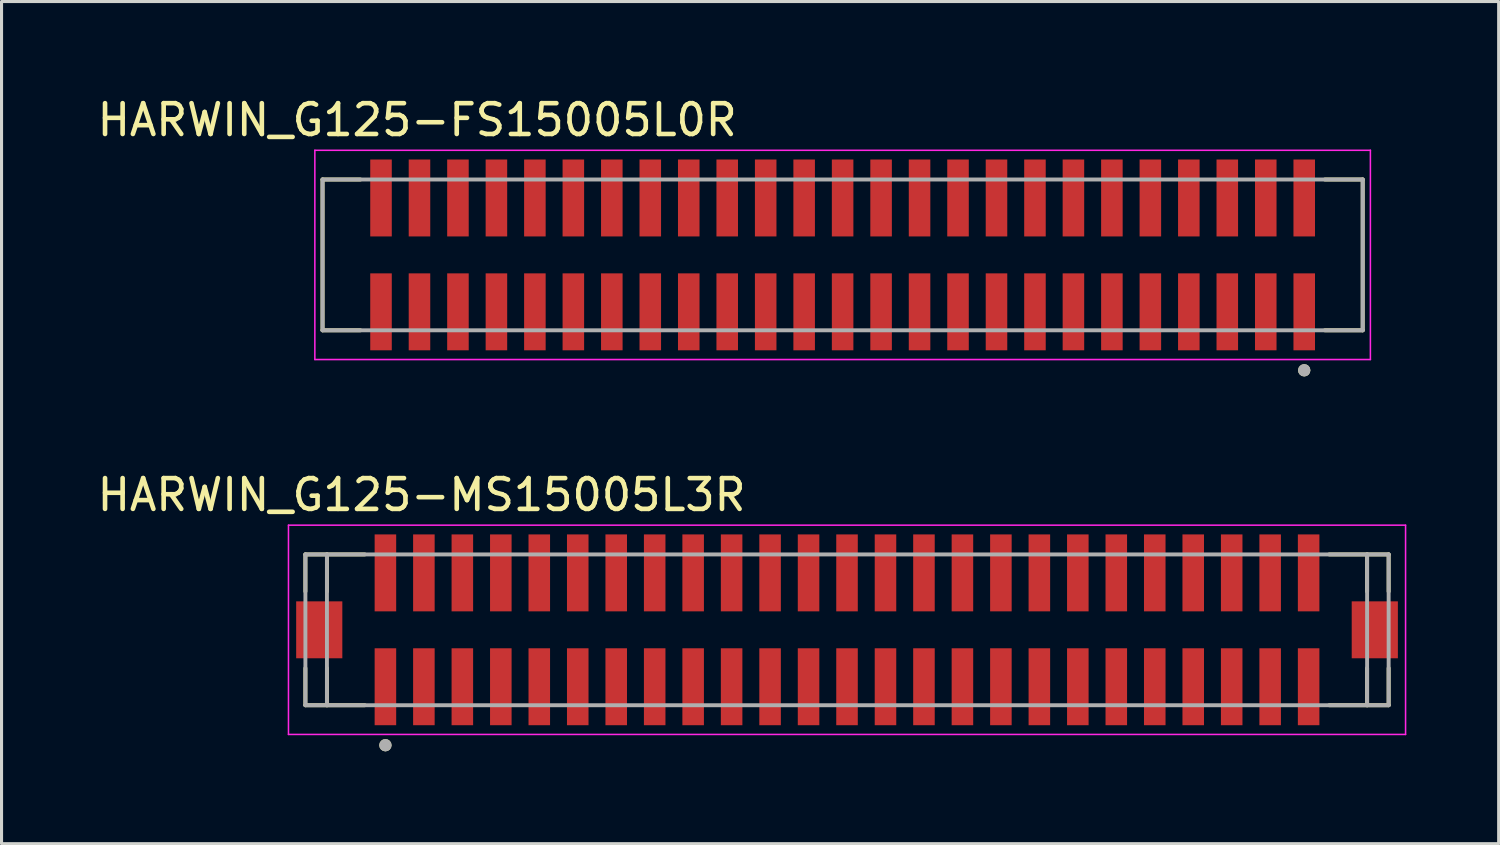
<source format=kicad_pcb>
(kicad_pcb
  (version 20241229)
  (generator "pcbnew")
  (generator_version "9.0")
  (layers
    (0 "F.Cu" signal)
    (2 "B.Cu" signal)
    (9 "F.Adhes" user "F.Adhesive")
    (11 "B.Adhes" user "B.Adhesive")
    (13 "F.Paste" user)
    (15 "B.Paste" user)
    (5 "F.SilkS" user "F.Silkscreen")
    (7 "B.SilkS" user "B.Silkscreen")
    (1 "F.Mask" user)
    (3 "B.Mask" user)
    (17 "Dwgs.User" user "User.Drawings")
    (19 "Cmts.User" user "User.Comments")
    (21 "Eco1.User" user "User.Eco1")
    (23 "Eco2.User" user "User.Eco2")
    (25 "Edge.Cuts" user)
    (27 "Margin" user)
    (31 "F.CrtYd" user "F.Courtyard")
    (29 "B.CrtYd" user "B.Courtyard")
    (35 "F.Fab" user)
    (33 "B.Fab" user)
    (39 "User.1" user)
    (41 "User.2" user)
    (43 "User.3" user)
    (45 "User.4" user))
  (footprint "HARWIN_G125-MS15005L3R"
    (layer "F.Cu")
    (at 24.474 17.416)
    (property "Reference" "HARWIN_G125-MS15005L3R" (at -13.825 -4.385 0) (layer "F.SilkS") (effects (font (size 1 1) (thickness 0.15))))
    (attr smd)
    (fp_line (start -17.6 -2.45) (end -16.9 -2.45) (stroke (width 0.127) (type solid)) (layer "F.SilkS"))
    (fp_line (start -17.6 -1.245) (end -17.6 -2.45) (stroke (width 0.127) (type solid)) (layer "F.SilkS"))
    (fp_line (start -17.6 2.45) (end -17.6 1.245) (stroke (width 0.127) (type solid)) (layer "F.SilkS"))
    (fp_line (start -16.9 -2.45) (end -15.67 -2.45) (stroke (width 0.127) (type solid)) (layer "F.SilkS"))
    (fp_line (start -16.9 -1.245) (end -16.9 -2.45) (stroke (width 0.127) (type solid)) (layer "F.SilkS"))
    (fp_line (start -16.9 2.45) (end -17.6 2.45) (stroke (width 0.127) (type solid)) (layer "F.SilkS"))
    (fp_line (start -16.9 2.45) (end -16.9 1.245) (stroke (width 0.127) (type solid)) (layer "F.SilkS"))
    (fp_line (start -15.67 2.45) (end -16.9 2.45) (stroke (width 0.127) (type solid)) (layer "F.SilkS"))
    (fp_line (start 15.67 -2.45) (end 16.9 -2.45) (stroke (width 0.127) (type solid)) (layer "F.SilkS"))
    (fp_line (start 16.9 -2.45) (end 16.9 -1.245) (stroke (width 0.127) (type solid)) (layer "F.SilkS"))
    (fp_line (start 16.9 -2.45) (end 17.6 -2.45) (stroke (width 0.127) (type solid)) (layer "F.SilkS"))
    (fp_line (start 16.9 2.45) (end 15.67 2.45) (stroke (width 0.127) (type solid)) (layer "F.SilkS"))
    (fp_line (start 16.9 2.45) (end 16.9 1.245) (stroke (width 0.127) (type solid)) (layer "F.SilkS"))
    (fp_line (start 17.6 -2.45) (end 17.6 -1.245) (stroke (width 0.127) (type solid)) (layer "F.SilkS"))
    (fp_line (start 17.6 2.45) (end 16.9 2.45) (stroke (width 0.127) (type solid)) (layer "F.SilkS"))
    (fp_line (start 17.6 2.45) (end 17.6 1.245) (stroke (width 0.127) (type solid)) (layer "F.SilkS"))
    (fp_circle (center -15 3.75) (end -14.9 3.75) (stroke (width 0.2) (type solid)) (fill no) (layer "F.SilkS"))
    (fp_line (start -18.15 -3.4) (end 18.15 -3.4) (stroke (width 0.05) (type solid)) (layer "F.CrtYd"))
    (fp_line (start -18.15 3.4) (end -18.15 -3.4) (stroke (width 0.05) (type solid)) (layer "F.CrtYd"))
    (fp_line (start 18.15 -3.4) (end 18.15 3.4) (stroke (width 0.05) (type solid)) (layer "F.CrtYd"))
    (fp_line (start 18.15 3.4) (end -18.15 3.4) (stroke (width 0.05) (type solid)) (layer "F.CrtYd"))
    (fp_line (start -17.6 -2.45) (end -16.9 -2.45) (stroke (width 0.127) (type solid)) (layer "F.Fab"))
    (fp_line (start -17.6 2.45) (end -17.6 -2.45) (stroke (width 0.127) (type solid)) (layer "F.Fab"))
    (fp_line (start -16.9 -2.45) (end 16.9 -2.45) (stroke (width 0.127) (type solid)) (layer "F.Fab"))
    (fp_line (start -16.9 2.45) (end -17.6 2.45) (stroke (width 0.127) (type solid)) (layer "F.Fab"))
    (fp_line (start -16.9 2.45) (end -16.9 -2.45) (stroke (width 0.127) (type solid)) (layer "F.Fab"))
    (fp_line (start 16.9 -2.45) (end 16.9 2.45) (stroke (width 0.127) (type solid)) (layer "F.Fab"))
    (fp_line (start 16.9 -2.45) (end 17.6 -2.45) (stroke (width 0.127) (type solid)) (layer "F.Fab"))
    (fp_line (start 16.9 2.45) (end -16.9 2.45) (stroke (width 0.127) (type solid)) (layer "F.Fab"))
    (fp_line (start 17.6 -2.45) (end 17.6 2.45) (stroke (width 0.127) (type solid)) (layer "F.Fab"))
    (fp_line (start 17.6 2.45) (end 16.9 2.45) (stroke (width 0.127) (type solid)) (layer "F.Fab"))
    (fp_circle (center -15 3.75) (end -14.9 3.75) (stroke (width 0.2) (type solid)) (fill no) (layer "F.Fab"))
    (pad "1" smd rect (at -15 1.85) (size 0.7 2.5) (layers "F.Cu" "F.Mask" "F.Paste"))
    (pad "2" smd rect (at -13.75 1.85) (size 0.7 2.5) (layers "F.Cu" "F.Mask" "F.Paste"))
    (pad "3" smd rect (at -12.5 1.85) (size 0.7 2.5) (layers "F.Cu" "F.Mask" "F.Paste"))
    (pad "4" smd rect (at -11.25 1.85) (size 0.7 2.5) (layers "F.Cu" "F.Mask" "F.Paste"))
    (pad "5" smd rect (at -10 1.85) (size 0.7 2.5) (layers "F.Cu" "F.Mask" "F.Paste"))
    (pad "6" smd rect (at -8.75 1.85) (size 0.7 2.5) (layers "F.Cu" "F.Mask" "F.Paste"))
    (pad "7" smd rect (at -7.5 1.85) (size 0.7 2.5) (layers "F.Cu" "F.Mask" "F.Paste"))
    (pad "8" smd rect (at -6.25 1.85) (size 0.7 2.5) (layers "F.Cu" "F.Mask" "F.Paste"))
    (pad "9" smd rect (at -5 1.85) (size 0.7 2.5) (layers "F.Cu" "F.Mask" "F.Paste"))
    (pad "10" smd rect (at -3.75 1.85) (size 0.7 2.5) (layers "F.Cu" "F.Mask" "F.Paste"))
    (pad "11" smd rect (at -2.5 1.85) (size 0.7 2.5) (layers "F.Cu" "F.Mask" "F.Paste"))
    (pad "12" smd rect (at -1.25 1.85) (size 0.7 2.5) (layers "F.Cu" "F.Mask" "F.Paste"))
    (pad "13" smd rect (at 0 1.85) (size 0.7 2.5) (layers "F.Cu" "F.Mask" "F.Paste"))
    (pad "14" smd rect (at 1.25 1.85) (size 0.7 2.5) (layers "F.Cu" "F.Mask" "F.Paste"))
    (pad "15" smd rect (at 2.5 1.85) (size 0.7 2.5) (layers "F.Cu" "F.Mask" "F.Paste"))
    (pad "16" smd rect (at 3.75 1.85) (size 0.7 2.5) (layers "F.Cu" "F.Mask" "F.Paste"))
    (pad "17" smd rect (at 5 1.85) (size 0.7 2.5) (layers "F.Cu" "F.Mask" "F.Paste"))
    (pad "18" smd rect (at 6.25 1.85) (size 0.7 2.5) (layers "F.Cu" "F.Mask" "F.Paste"))
    (pad "19" smd rect (at 7.5 1.85) (size 0.7 2.5) (layers "F.Cu" "F.Mask" "F.Paste"))
    (pad "20" smd rect (at 8.75 1.85) (size 0.7 2.5) (layers "F.Cu" "F.Mask" "F.Paste"))
    (pad "21" smd rect (at 10 1.85) (size 0.7 2.5) (layers "F.Cu" "F.Mask" "F.Paste"))
    (pad "22" smd rect (at 11.25 1.85) (size 0.7 2.5) (layers "F.Cu" "F.Mask" "F.Paste"))
    (pad "23" smd rect (at 12.5 1.85) (size 0.7 2.5) (layers "F.Cu" "F.Mask" "F.Paste"))
    (pad "24" smd rect (at 13.75 1.85) (size 0.7 2.5) (layers "F.Cu" "F.Mask" "F.Paste"))
    (pad "25" smd rect (at 15 1.85) (size 0.7 2.5) (layers "F.Cu" "F.Mask" "F.Paste"))
    (pad "26" smd rect (at -15 -1.85) (size 0.7 2.5) (layers "F.Cu" "F.Mask" "F.Paste"))
    (pad "27" smd rect (at -13.75 -1.85) (size 0.7 2.5) (layers "F.Cu" "F.Mask" "F.Paste"))
    (pad "28" smd rect (at -12.5 -1.85) (size 0.7 2.5) (layers "F.Cu" "F.Mask" "F.Paste"))
    (pad "29" smd rect (at -11.25 -1.85) (size 0.7 2.5) (layers "F.Cu" "F.Mask" "F.Paste"))
    (pad "30" smd rect (at -10 -1.85) (size 0.7 2.5) (layers "F.Cu" "F.Mask" "F.Paste"))
    (pad "31" smd rect (at -8.75 -1.85) (size 0.7 2.5) (layers "F.Cu" "F.Mask" "F.Paste"))
    (pad "32" smd rect (at -7.5 -1.85) (size 0.7 2.5) (layers "F.Cu" "F.Mask" "F.Paste"))
    (pad "33" smd rect (at -6.25 -1.85) (size 0.7 2.5) (layers "F.Cu" "F.Mask" "F.Paste"))
    (pad "34" smd rect (at -5 -1.85) (size 0.7 2.5) (layers "F.Cu" "F.Mask" "F.Paste"))
    (pad "35" smd rect (at -3.75 -1.85) (size 0.7 2.5) (layers "F.Cu" "F.Mask" "F.Paste"))
    (pad "36" smd rect (at -2.5 -1.85) (size 0.7 2.5) (layers "F.Cu" "F.Mask" "F.Paste"))
    (pad "37" smd rect (at -1.25 -1.85) (size 0.7 2.5) (layers "F.Cu" "F.Mask" "F.Paste"))
    (pad "38" smd rect (at 0 -1.85) (size 0.7 2.5) (layers "F.Cu" "F.Mask" "F.Paste"))
    (pad "39" smd rect (at 1.25 -1.85) (size 0.7 2.5) (layers "F.Cu" "F.Mask" "F.Paste"))
    (pad "40" smd rect (at 2.5 -1.85) (size 0.7 2.5) (layers "F.Cu" "F.Mask" "F.Paste"))
    (pad "41" smd rect (at 3.75 -1.85) (size 0.7 2.5) (layers "F.Cu" "F.Mask" "F.Paste"))
    (pad "42" smd rect (at 5 -1.85) (size 0.7 2.5) (layers "F.Cu" "F.Mask" "F.Paste"))
    (pad "43" smd rect (at 6.25 -1.85) (size 0.7 2.5) (layers "F.Cu" "F.Mask" "F.Paste"))
    (pad "44" smd rect (at 7.5 -1.85) (size 0.7 2.5) (layers "F.Cu" "F.Mask" "F.Paste"))
    (pad "45" smd rect (at 8.75 -1.85) (size 0.7 2.5) (layers "F.Cu" "F.Mask" "F.Paste"))
    (pad "46" smd rect (at 10 -1.85) (size 0.7 2.5) (layers "F.Cu" "F.Mask" "F.Paste"))
    (pad "47" smd rect (at 11.25 -1.85) (size 0.7 2.5) (layers "F.Cu" "F.Mask" "F.Paste"))
    (pad "48" smd rect (at 12.5 -1.85) (size 0.7 2.5) (layers "F.Cu" "F.Mask" "F.Paste"))
    (pad "49" smd rect (at 13.75 -1.85) (size 0.7 2.5) (layers "F.Cu" "F.Mask" "F.Paste"))
    (pad "50" smd rect (at 15 -1.85) (size 0.7 2.5) (layers "F.Cu" "F.Mask" "F.Paste"))
    (pad "SH1" smd rect (at -17.15 0) (size 1.5 1.85) (layers "F.Cu" "F.Mask" "F.Paste"))
    (pad "SH2" smd rect (at 17.15 0) (size 1.5 1.85) (layers "F.Cu" "F.Mask" "F.Paste")))
  (footprint "HARWIN_G125-FS15005L0R"
    (layer "F.Cu")
    (at 24.331 5.233)
    (property "Reference" "HARWIN_G125-FS15005L0R" (at -13.825 -4.385 0) (layer "F.SilkS") (effects (font (size 1 1) (thickness 0.15))))
    (attr smd)
    (fp_line (start -16.9 -2.45) (end -16.9 2.45) (stroke (width 0.127) (type solid)) (layer "F.SilkS"))
    (fp_line (start -16.9 -2.45) (end -15.67 -2.45) (stroke (width 0.127) (type solid)) (layer "F.SilkS"))
    (fp_line (start -15.67 2.45) (end -16.9 2.45) (stroke (width 0.127) (type solid)) (layer "F.SilkS"))
    (fp_line (start 15.67 -2.45) (end 16.9 -2.45) (stroke (width 0.127) (type solid)) (layer "F.SilkS"))
    (fp_line (start 16.9 -2.45) (end 16.9 2.45) (stroke (width 0.127) (type solid)) (layer "F.SilkS"))
    (fp_line (start 16.9 2.45) (end 15.67 2.45) (stroke (width 0.127) (type solid)) (layer "F.SilkS"))
    (fp_circle (center 15 3.75) (end 15.1 3.75) (stroke (width 0.2) (type solid)) (fill no) (layer "F.SilkS"))
    (fp_line (start -17.15 -3.4) (end -17.15 3.4) (stroke (width 0.05) (type solid)) (layer "F.CrtYd"))
    (fp_line (start -17.15 3.4) (end 17.15 3.4) (stroke (width 0.05) (type solid)) (layer "F.CrtYd"))
    (fp_line (start 17.15 -3.4) (end -17.15 -3.4) (stroke (width 0.05) (type solid)) (layer "F.CrtYd"))
    (fp_line (start 17.15 3.4) (end 17.15 -3.4) (stroke (width 0.05) (type solid)) (layer "F.CrtYd"))
    (fp_line (start -16.9 -2.45) (end -16.9 2.45) (stroke (width 0.127) (type solid)) (layer "F.Fab"))
    (fp_line (start -16.9 -2.45) (end 16.9 -2.45) (stroke (width 0.127) (type solid)) (layer "F.Fab"))
    (fp_line (start 16.9 -2.45) (end 16.9 2.45) (stroke (width 0.127) (type solid)) (layer "F.Fab"))
    (fp_line (start 16.9 2.45) (end -16.9 2.45) (stroke (width 0.127) (type solid)) (layer "F.Fab"))
    (fp_circle (center 15 3.75) (end 15.1 3.75) (stroke (width 0.2) (type solid)) (fill no) (layer "F.Fab"))
    (pad "1" smd rect (at 15 1.85) (size 0.7 2.5) (layers "F.Cu" "F.Mask" "F.Paste"))
    (pad "2" smd rect (at 13.75 1.85) (size 0.7 2.5) (layers "F.Cu" "F.Mask" "F.Paste"))
    (pad "3" smd rect (at 12.5 1.85) (size 0.7 2.5) (layers "F.Cu" "F.Mask" "F.Paste"))
    (pad "4" smd rect (at 11.25 1.85) (size 0.7 2.5) (layers "F.Cu" "F.Mask" "F.Paste"))
    (pad "5" smd rect (at 10 1.85) (size 0.7 2.5) (layers "F.Cu" "F.Mask" "F.Paste"))
    (pad "6" smd rect (at 8.75 1.85) (size 0.7 2.5) (layers "F.Cu" "F.Mask" "F.Paste"))
    (pad "7" smd rect (at 7.5 1.85) (size 0.7 2.5) (layers "F.Cu" "F.Mask" "F.Paste"))
    (pad "8" smd rect (at 6.25 1.85) (size 0.7 2.5) (layers "F.Cu" "F.Mask" "F.Paste"))
    (pad "9" smd rect (at 5 1.85) (size 0.7 2.5) (layers "F.Cu" "F.Mask" "F.Paste"))
    (pad "10" smd rect (at 3.75 1.85) (size 0.7 2.5) (layers "F.Cu" "F.Mask" "F.Paste"))
    (pad "11" smd rect (at 2.5 1.85) (size 0.7 2.5) (layers "F.Cu" "F.Mask" "F.Paste"))
    (pad "12" smd rect (at 1.25 1.85) (size 0.7 2.5) (layers "F.Cu" "F.Mask" "F.Paste"))
    (pad "13" smd rect (at 0 1.85) (size 0.7 2.5) (layers "F.Cu" "F.Mask" "F.Paste"))
    (pad "14" smd rect (at -1.25 1.85) (size 0.7 2.5) (layers "F.Cu" "F.Mask" "F.Paste"))
    (pad "15" smd rect (at -2.5 1.85) (size 0.7 2.5) (layers "F.Cu" "F.Mask" "F.Paste"))
    (pad "16" smd rect (at -3.75 1.85) (size 0.7 2.5) (layers "F.Cu" "F.Mask" "F.Paste"))
    (pad "17" smd rect (at -5 1.85) (size 0.7 2.5) (layers "F.Cu" "F.Mask" "F.Paste"))
    (pad "18" smd rect (at -6.25 1.85) (size 0.7 2.5) (layers "F.Cu" "F.Mask" "F.Paste"))
    (pad "19" smd rect (at -7.5 1.85) (size 0.7 2.5) (layers "F.Cu" "F.Mask" "F.Paste"))
    (pad "20" smd rect (at -8.75 1.85) (size 0.7 2.5) (layers "F.Cu" "F.Mask" "F.Paste"))
    (pad "21" smd rect (at -10 1.85) (size 0.7 2.5) (layers "F.Cu" "F.Mask" "F.Paste"))
    (pad "22" smd rect (at -11.25 1.85) (size 0.7 2.5) (layers "F.Cu" "F.Mask" "F.Paste"))
    (pad "23" smd rect (at -12.5 1.85) (size 0.7 2.5) (layers "F.Cu" "F.Mask" "F.Paste"))
    (pad "24" smd rect (at -13.75 1.85) (size 0.7 2.5) (layers "F.Cu" "F.Mask" "F.Paste"))
    (pad "25" smd rect (at -15 1.85) (size 0.7 2.5) (layers "F.Cu" "F.Mask" "F.Paste"))
    (pad "26" smd rect (at 15 -1.85) (size 0.7 2.5) (layers "F.Cu" "F.Mask" "F.Paste"))
    (pad "27" smd rect (at 13.75 -1.85) (size 0.7 2.5) (layers "F.Cu" "F.Mask" "F.Paste"))
    (pad "28" smd rect (at 12.5 -1.85) (size 0.7 2.5) (layers "F.Cu" "F.Mask" "F.Paste"))
    (pad "29" smd rect (at 11.25 -1.85) (size 0.7 2.5) (layers "F.Cu" "F.Mask" "F.Paste"))
    (pad "30" smd rect (at 10 -1.85) (size 0.7 2.5) (layers "F.Cu" "F.Mask" "F.Paste"))
    (pad "31" smd rect (at 8.75 -1.85) (size 0.7 2.5) (layers "F.Cu" "F.Mask" "F.Paste"))
    (pad "32" smd rect (at 7.5 -1.85) (size 0.7 2.5) (layers "F.Cu" "F.Mask" "F.Paste"))
    (pad "33" smd rect (at 6.25 -1.85) (size 0.7 2.5) (layers "F.Cu" "F.Mask" "F.Paste"))
    (pad "34" smd rect (at 5 -1.85) (size 0.7 2.5) (layers "F.Cu" "F.Mask" "F.Paste"))
    (pad "35" smd rect (at 3.75 -1.85) (size 0.7 2.5) (layers "F.Cu" "F.Mask" "F.Paste"))
    (pad "36" smd rect (at 2.5 -1.85) (size 0.7 2.5) (layers "F.Cu" "F.Mask" "F.Paste"))
    (pad "37" smd rect (at 1.25 -1.85) (size 0.7 2.5) (layers "F.Cu" "F.Mask" "F.Paste"))
    (pad "38" smd rect (at 0 -1.85) (size 0.7 2.5) (layers "F.Cu" "F.Mask" "F.Paste"))
    (pad "39" smd rect (at -1.25 -1.85) (size 0.7 2.5) (layers "F.Cu" "F.Mask" "F.Paste"))
    (pad "40" smd rect (at -2.5 -1.85) (size 0.7 2.5) (layers "F.Cu" "F.Mask" "F.Paste"))
    (pad "41" smd rect (at -3.75 -1.85) (size 0.7 2.5) (layers "F.Cu" "F.Mask" "F.Paste"))
    (pad "42" smd rect (at -5 -1.85) (size 0.7 2.5) (layers "F.Cu" "F.Mask" "F.Paste"))
    (pad "43" smd rect (at -6.25 -1.85) (size 0.7 2.5) (layers "F.Cu" "F.Mask" "F.Paste"))
    (pad "44" smd rect (at -7.5 -1.85) (size 0.7 2.5) (layers "F.Cu" "F.Mask" "F.Paste"))
    (pad "45" smd rect (at -8.75 -1.85) (size 0.7 2.5) (layers "F.Cu" "F.Mask" "F.Paste"))
    (pad "46" smd rect (at -10 -1.85) (size 0.7 2.5) (layers "F.Cu" "F.Mask" "F.Paste"))
    (pad "47" smd rect (at -11.25 -1.85) (size 0.7 2.5) (layers "F.Cu" "F.Mask" "F.Paste"))
    (pad "48" smd rect (at -12.5 -1.85) (size 0.7 2.5) (layers "F.Cu" "F.Mask" "F.Paste"))
    (pad "49" smd rect (at -13.75 -1.85) (size 0.7 2.5) (layers "F.Cu" "F.Mask" "F.Paste"))
    (pad "50" smd rect (at -15 -1.85) (size 0.7 2.5) (layers "F.Cu" "F.Mask" "F.Paste")))
  (gr_rect
    (start -3 -3)
    (end 45.649 24.366)
    (stroke (width 0.1) (type default))
    (fill no)
    (layer "Edge.Cuts")))
</source>
